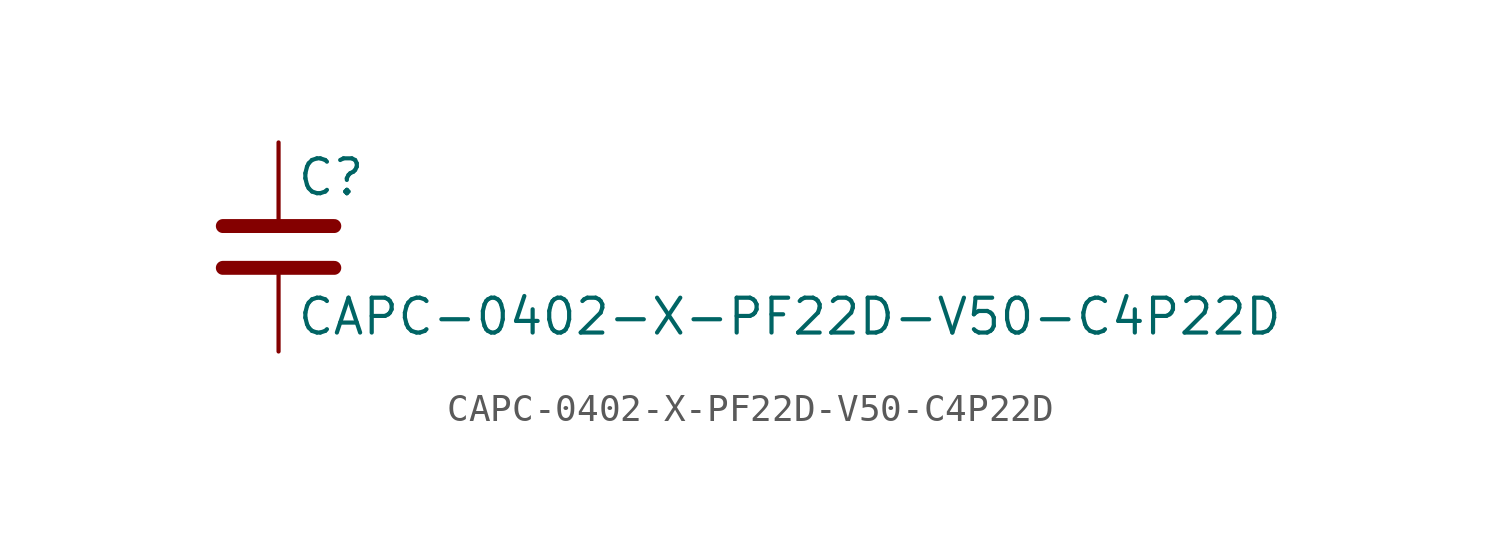
<source format=kicad_sym>
(kicad_symbol_lib
  (version 20211014)
  (generator kicad_symbol_editor)
  (symbol "CAPC-0402-X-PF22D-V50-C4P22D"
    (pin_numbers hide)
    (pin_names
      (offset 0.254))
    (property "Reference" "C"
      (at 0.635 2.54 0)
      (effects (font (size 1.27 1.27)) (justify left)))
    (property "Value" "CAPC-0402-X-PF22D-V50-C4P22D"
      (at 0.635 -2.54 0)
      (effects (font (size 1.27 1.27)) (justify left)))
    (symbol "CAPC-0402-X-PF22D-V50-C4P22D_0_1"
      (polyline (pts (xy -2.032 -0.762) (xy 2.032 -0.762)) (stroke (width 0.508) (type default) (color 0 0 0 0)) (fill (type none)))
      (polyline (pts (xy -2.032 0.762) (xy 2.032 0.762)) (stroke (width 0.508) (type default) (color 0 0 0 0)) (fill (type none))))
    (symbol "CAPC-0402-X-PF22D-V50-C4P22D_1_1"
      (pin passive line (at 0 3.81 270) (length 2.794) (name "~" (effects (font (size 1.27 1.27)))) (number "1" (effects (font (size 1.27 1.27)))))
      (pin passive line (at 0 -3.81 90) (length 2.794) (name "~" (effects (font (size 1.27 1.27)))) (number "2" (effects (font (size 1.27 1.27))))))))
</source>
